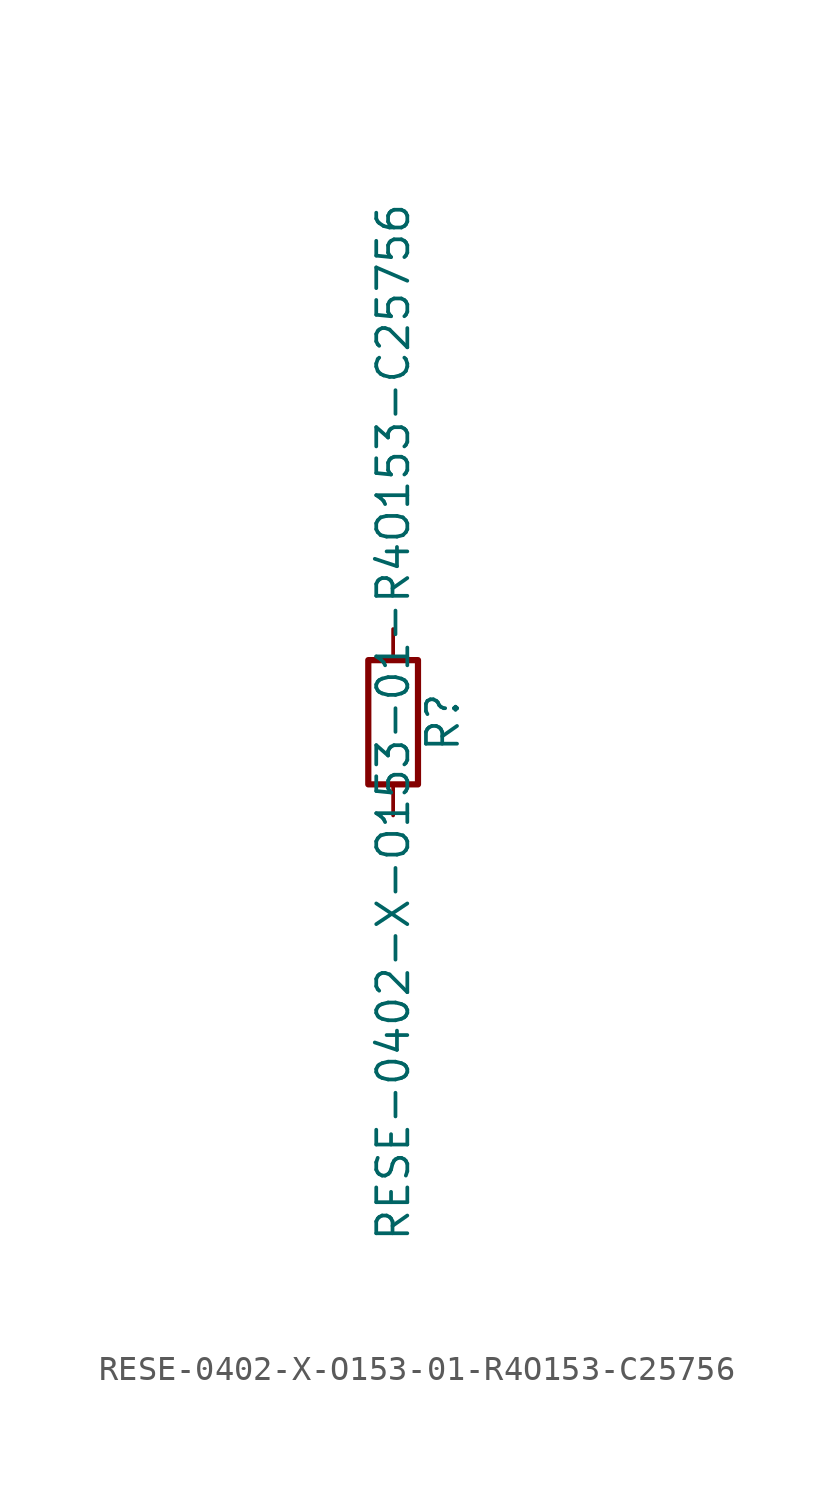
<source format=kicad_sym>
(kicad_symbol_lib
  (version 20211014)
  (generator kicad_symbol_editor)
  (symbol "RESE-0402-X-O153-01-R4O153-C25756"
    (pin_numbers hide)
    (pin_names
      (offset 0))
    (property "Reference" "R"
      (at 2.032 0 90)
      (effects (font (size 1.27 1.27))))
    (property "Value" "RESE-0402-X-O153-01-R4O153-C25756"
      (at 0 0 90)
      (effects (font (size 1.27 1.27))))
    (symbol "RESE-0402-X-O153-01-R4O153-C25756_0_1"
      (rectangle (start -1.016 -2.54) (end 1.016 2.54) (stroke (width 0.254) (type default) (color 0 0 0 0)) (fill (type none))))
    (symbol "RESE-0402-X-O153-01-R4O153-C25756_1_1"
      (pin passive line (at 0 3.81 270) (length 1.27) (name "~" (effects (font (size 1.27 1.27)))) (number "1" (effects (font (size 1.27 1.27)))))
      (pin passive line (at 0 -3.81 90) (length 1.27) (name "~" (effects (font (size 1.27 1.27)))) (number "2" (effects (font (size 1.27 1.27))))))))
</source>
